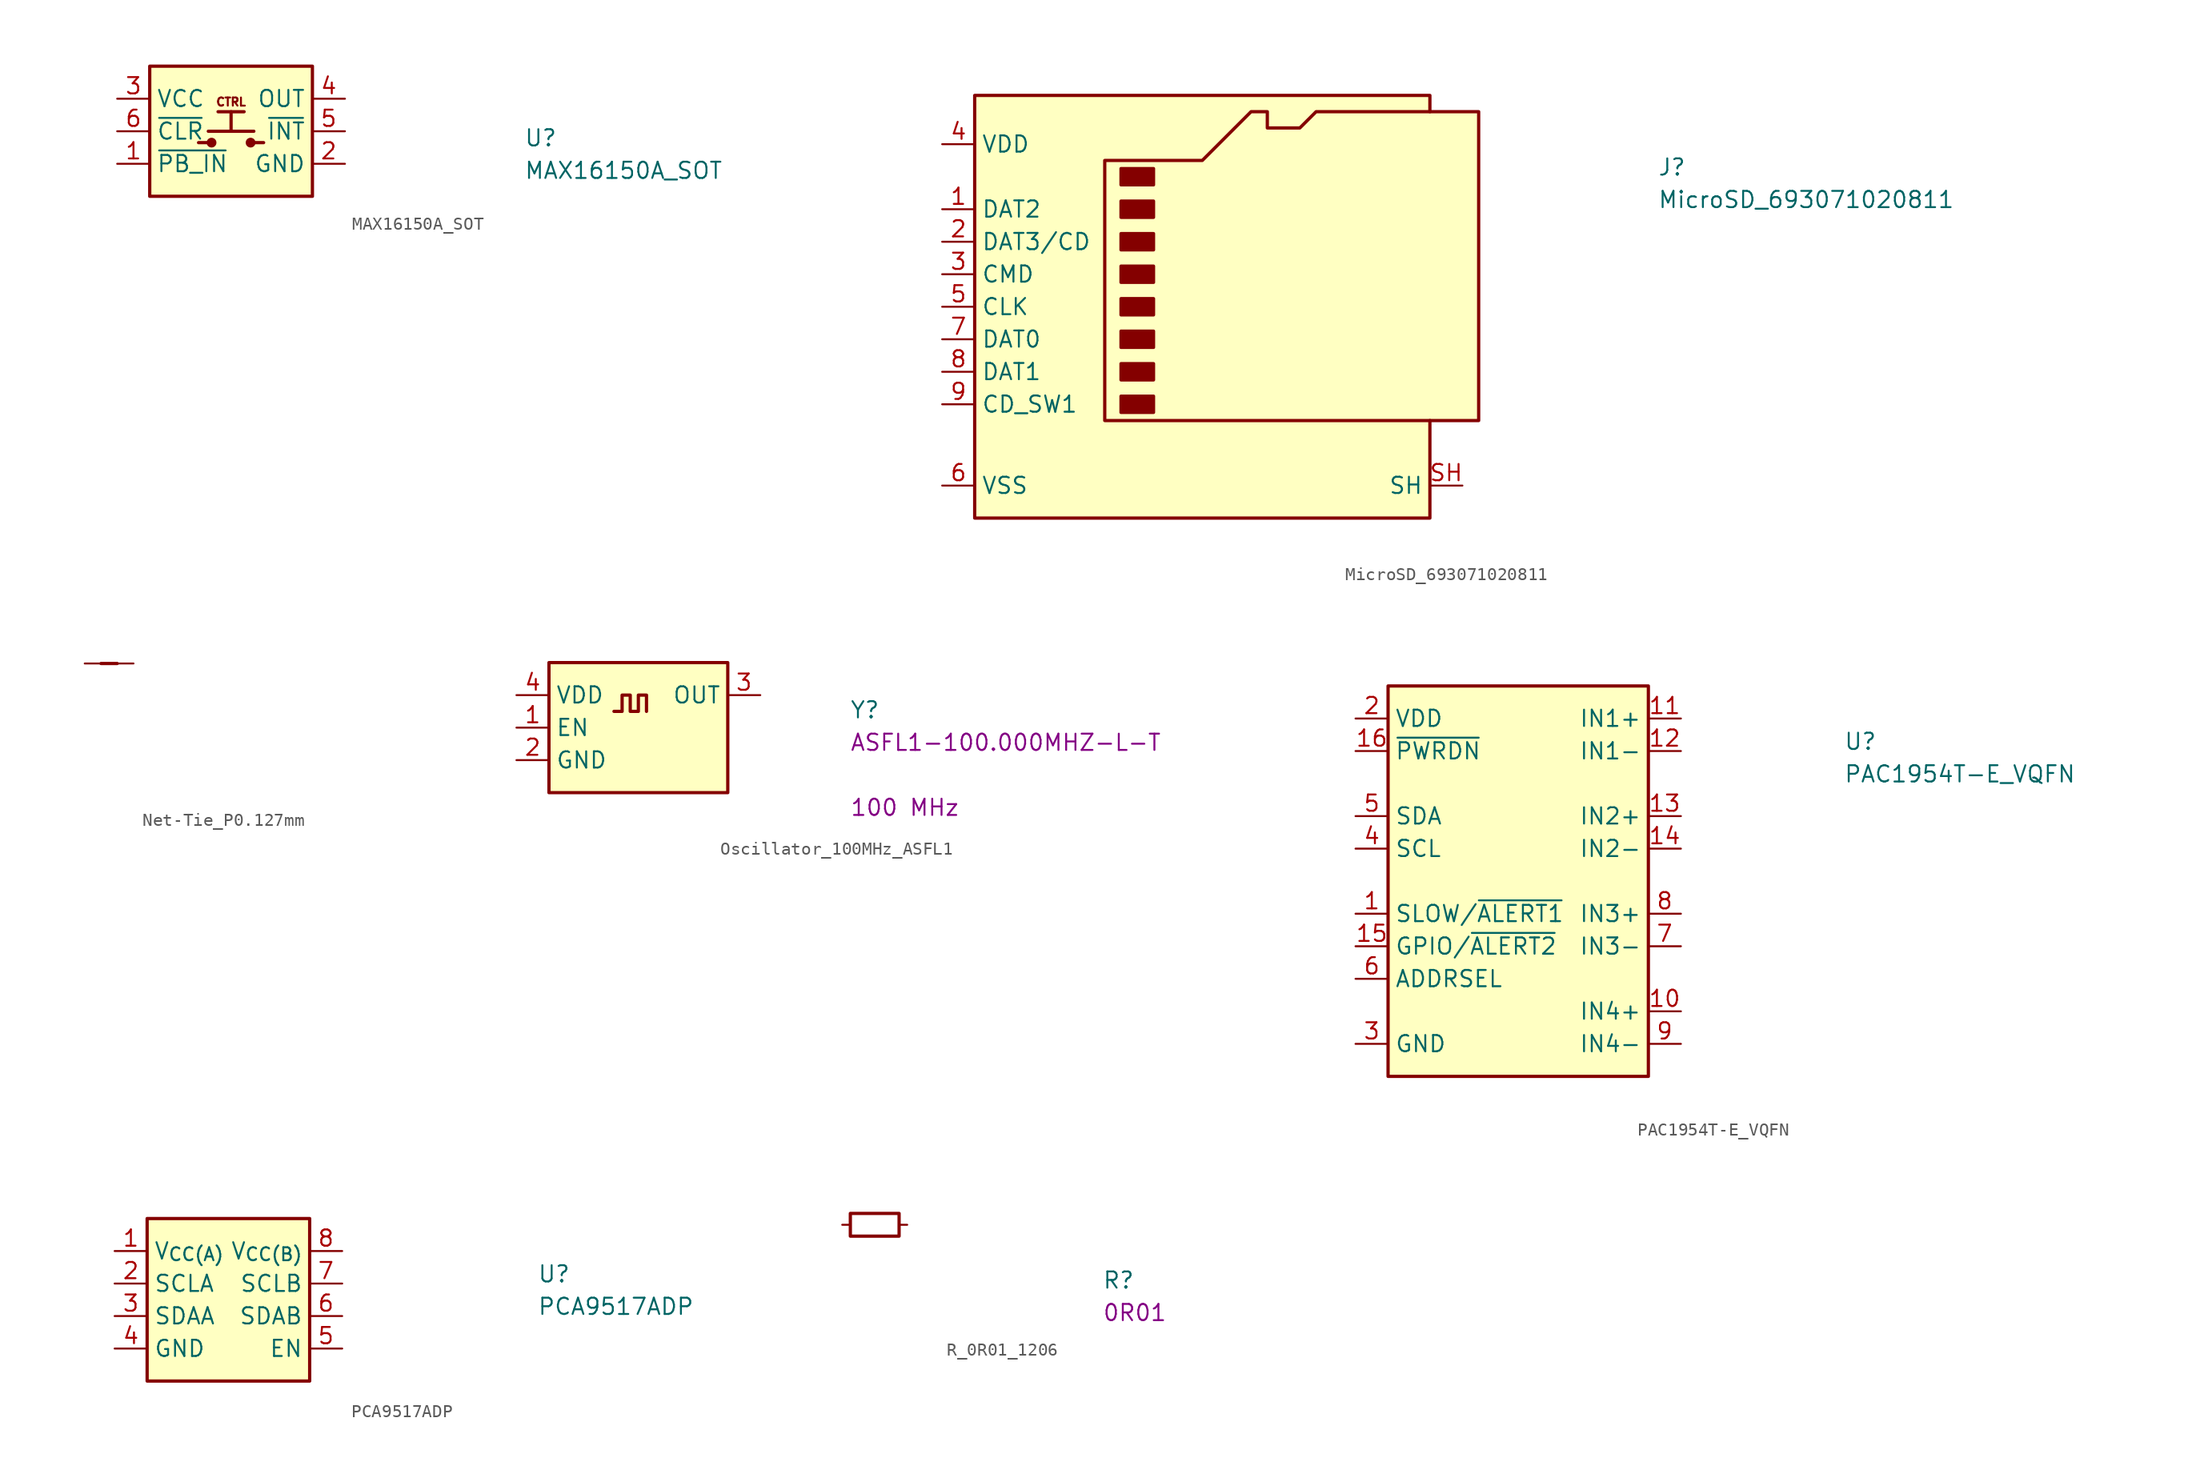
<source format=kicad_sym>
(kicad_symbol_lib
  (version 20220914)
  (generator kicad_symbol_editor)
  (symbol "MAX16150A_SOT"
    (property "Reference" "U"
      (at 31.75 -3.81 0)
      (effects (font (size 1.27 1.27) (thickness 0.15)) (justify left bottom)))
    (property "Value" "MAX16150A_SOT"
      (at 31.75 -6.35 0)
      (effects (font (size 1.27 1.27) (thickness 0.15)) (justify left bottom)))
    (symbol "MAX16150A_SOT_0_0"
      (text "CTRL" (at 8.89 -0.254 0) (effects (font (size 0.635 0.635)))))
    (symbol "MAX16150A_SOT_1_1"
      (polyline (pts (xy 6.35 -3.429) (xy 7.112 -3.429)) (stroke (width 0.254) (type default)) (fill (type background)))
      (polyline (pts (xy 7.112 -2.54) (xy 10.668 -2.54)) (stroke (width 0.254) (type default)) (fill (type background)))
      (polyline (pts (xy 7.874 -1.016) (xy 9.906 -1.016)) (stroke (width 0.254) (type default)) (fill (type background)))
      (polyline (pts (xy 8.89 -2.54) (xy 8.89 -1.016)) (stroke (width 0.254) (type default)) (fill (type background)))
      (polyline (pts (xy 11.43 -3.429) (xy 10.668 -3.429)) (stroke (width 0.254) (type default)) (fill (type background)))
      (rectangle (start 2.54 2.54) (end 15.24 -7.62) (stroke (width 0.254) (type default)) (fill (type background)))
      (circle (center 7.366 -3.429) (radius 0.254) (stroke (width 0.254) (type default)) (fill (type outline)))
      (circle (center 10.414 -3.429) (radius 0.254) (stroke (width 0.254) (type default)) (fill (type outline)))
      (pin input line (at 0 -5.08 0) (length 2.54) (name "~{PB_IN}" (effects (font (size 1.27 1.27)))) (number "1" (effects (font (size 1.27 1.27)))))
      (pin power_in line (at 17.78 -5.08 180) (length 2.54) (name "GND" (effects (font (size 1.27 1.27)))) (number "2" (effects (font (size 1.27 1.27)))))
      (pin power_in line (at 0 0 0) (length 2.54) (name "VCC" (effects (font (size 1.27 1.27)))) (number "3" (effects (font (size 1.27 1.27)))))
      (pin output line (at 17.78 0 180) (length 2.54) (name "OUT" (effects (font (size 1.27 1.27)))) (number "4" (effects (font (size 1.27 1.27)))))
      (pin output line (at 17.78 -2.54 180) (length 2.54) (name "~{INT}" (effects (font (size 1.27 1.27)))) (number "5" (effects (font (size 1.27 1.27)))))
      (pin input line (at 0 -2.54 0) (length 2.54) (name "~{CLR}" (effects (font (size 1.27 1.27)))) (number "6" (effects (font (size 1.27 1.27)))))))
  (symbol "MicroSD_693071020811"
    (property "Reference" "J"
      (at 55.88 -2.54 0)
      (effects (font (size 1.27 1.27) (thickness 0.15)) (justify left bottom)))
    (property "Value" "MicroSD_693071020811"
      (at 55.88 -5.08 0)
      (effects (font (size 1.27 1.27) (thickness 0.15)) (justify left bottom)))
    (symbol "MicroSD_693071020811_1_1"
      (polyline (pts (xy 38.1 2.54) (xy 38.1 3.81) (xy 2.54 3.81) (xy 2.54 -29.21) (xy 38.1 -29.21) (xy 38.1 -21.59)) (stroke (width 0.254) (type default)) (fill (type background)))
      (polyline (pts (xy 12.7 -21.59) (xy 12.7 -1.27) (xy 20.32 -1.27) (xy 24.13 2.54) (xy 25.4 2.54) (xy 25.4 1.27) (xy 27.94 1.27) (xy 29.21 2.54) (xy 41.91 2.54) (xy 41.91 -21.59) (xy 12.7 -21.59)) (stroke (width 0.254) (type default)) (fill (type background)))
      (rectangle (start 13.97 -19.685) (end 16.51 -20.955) (stroke (width 0.254) (type default)) (fill (type outline)))
      (rectangle (start 13.97 -17.145) (end 16.51 -18.415) (stroke (width 0.254) (type default)) (fill (type outline)))
      (rectangle (start 13.97 -14.605) (end 16.51 -15.875) (stroke (width 0.254) (type default)) (fill (type outline)))
      (rectangle (start 13.97 -12.065) (end 16.51 -13.335) (stroke (width 0.254) (type default)) (fill (type outline)))
      (rectangle (start 13.97 -9.525) (end 16.51 -10.795) (stroke (width 0.254) (type default)) (fill (type outline)))
      (rectangle (start 13.97 -6.985) (end 16.51 -8.255) (stroke (width 0.254) (type default)) (fill (type outline)))
      (rectangle (start 13.97 -4.445) (end 16.51 -5.715) (stroke (width 0.254) (type default)) (fill (type outline)))
      (rectangle (start 13.97 -1.905) (end 16.51 -3.175) (stroke (width 0.254) (type default)) (fill (type outline)))
      (pin bidirectional line (at 0 -5.08 0) (length 2.54) (name "DAT2" (effects (font (size 1.27 1.27)))) (number "1" (effects (font (size 1.27 1.27)))))
      (pin bidirectional line (at 0 -7.62 0) (length 2.54) (name "DAT3/CD" (effects (font (size 1.27 1.27)))) (number "2" (effects (font (size 1.27 1.27)))))
      (pin input line (at 0 -10.16 0) (length 2.54) (name "CMD" (effects (font (size 1.27 1.27)))) (number "3" (effects (font (size 1.27 1.27)))))
      (pin power_in line (at 0 0 0) (length 2.54) (name "VDD" (effects (font (size 1.27 1.27)))) (number "4" (effects (font (size 1.27 1.27)))))
      (pin input line (at 0 -12.7 0) (length 2.54) (name "CLK" (effects (font (size 1.27 1.27)))) (number "5" (effects (font (size 1.27 1.27)))))
      (pin passive line (at 0 -26.67 0) (length 2.54) (name "VSS" (effects (font (size 1.27 1.27)))) (number "6" (effects (font (size 1.27 1.27)))))
      (pin input line (at 0 -15.24 0) (length 2.54) (name "DAT0" (effects (font (size 1.27 1.27)))) (number "7" (effects (font (size 1.27 1.27)))))
      (pin input line (at 0 -17.78 0) (length 2.54) (name "DAT1" (effects (font (size 1.27 1.27)))) (number "8" (effects (font (size 1.27 1.27)))))
      (pin passive line (at 0 -20.32 0) (length 2.54) (name "CD_SW1" (effects (font (size 1.27 1.27)))) (number "9" (effects (font (size 1.27 1.27)))))
      (pin passive line (at 40.64 -26.67 180) (length 2.54) (name "SH" (effects (font (size 1.27 1.27)))) (number "SH" (effects (font (size 1.27 1.27)))))))
  (symbol "Net-Tie_P0.127mm"
    (pin_numbers hide)
    (pin_names hide)
    (property "Reference" "TP"
      (at 21.59 -5.08 0)
      (effects (font (size 1.27 1.27) (thickness 0.15)) (justify left bottom) hide))
    (property "MPN" ""
      (at 21.59 -10.16 0)
      (effects (font (size 1.27 1.27) (thickness 0.15)) (justify left bottom)))
    (symbol "Net-Tie_P0.127mm_1_1"
      (polyline (pts (xy 1.27 0) (xy 2.54 0)) (stroke (width 0.254) (type default)) (fill (type none)))
      (pin passive line (at 0 0 0) (length 2.54) (name "1" (effects (font (size 1.27 1.27)))) (number "1" (effects (font (size 1.27 1.27)))))
      (pin passive line (at 3.81 0 180) (length 2.54) (name "2" (effects (font (size 1.27 1.27)))) (number "2" (effects (font (size 1.27 1.27)))))))
  (symbol "Oscillator_100MHz_ASFL1"
    (property "Reference" "Y"
      (at 26.035 -1.905 0)
      (effects (font (size 1.27 1.27) (thickness 0.15)) (justify left bottom)))
    (property "MPN" "ASFL1-100.000MHZ-L-T"
      (at 26.035 -4.445 0)
      (effects (font (size 1.27 1.27) (thickness 0.15)) (justify left bottom)))
    (property "Val" "100 MHz"
      (at 26.035 -9.525 0)
      (effects (font (size 1.27 1.27) (thickness 0.15)) (justify left bottom)))
    (symbol "Oscillator_100MHz_ASFL1_1_1"
      (polyline (pts (xy 7.62 -1.27) (xy 8.255 -1.27) (xy 8.255 0) (xy 8.89 0) (xy 8.89 -1.27) (xy 9.525 -1.27) (xy 9.525 0) (xy 10.16 0) (xy 10.16 -1.27)) (stroke (width 0.254) (type default)) (fill (type background)))
      (rectangle (start 2.54 2.54) (end 16.51 -7.62) (stroke (width 0.254) (type default)) (fill (type background)))
      (pin input line (at 0 -2.54 0) (length 2.54) (name "EN" (effects (font (size 1.27 1.27)))) (number "1" (effects (font (size 1.27 1.27)))))
      (pin power_in line (at 0 -5.08 0) (length 2.54) (name "GND" (effects (font (size 1.27 1.27)))) (number "2" (effects (font (size 1.27 1.27)))))
      (pin output line (at 19.05 0 180) (length 2.54) (name "OUT" (effects (font (size 1.27 1.27)))) (number "3" (effects (font (size 1.27 1.27)))))
      (pin power_in line (at 0 0 0) (length 2.54) (name "VDD" (effects (font (size 1.27 1.27)))) (number "4" (effects (font (size 1.27 1.27)))))))
  (symbol "PAC1954T-E_VQFN"
    (property "Reference" "U"
      (at 38.1 -2.54 0)
      (effects (font (size 1.27 1.27) (thickness 0.15)) (justify left bottom)))
    (property "Value" "PAC1954T-E_VQFN"
      (at 38.1 -5.08 0)
      (effects (font (size 1.27 1.27) (thickness 0.15)) (justify left bottom)))
    (symbol "PAC1954T-E_VQFN_1_1"
      (rectangle (start 2.54 2.54) (end 22.86 -27.94) (stroke (width 0.254) (type default)) (fill (type background)))
      (pin bidirectional line (at 0 -15.24 0) (length 2.54) (name "SLOW/~{ALERT1}" (effects (font (size 1.27 1.27)))) (number "1" (effects (font (size 1.27 1.27)))))
      (pin input line (at 25.4 -22.86 180) (length 2.54) (name "IN4+" (effects (font (size 1.27 1.27)))) (number "10" (effects (font (size 1.27 1.27)))))
      (pin input line (at 25.4 0 180) (length 2.54) (name "IN1+" (effects (font (size 1.27 1.27)))) (number "11" (effects (font (size 1.27 1.27)))))
      (pin input line (at 25.4 -2.54 180) (length 2.54) (name "IN1-" (effects (font (size 1.27 1.27)))) (number "12" (effects (font (size 1.27 1.27)))))
      (pin input line (at 25.4 -7.62 180) (length 2.54) (name "IN2+" (effects (font (size 1.27 1.27)))) (number "13" (effects (font (size 1.27 1.27)))))
      (pin input line (at 25.4 -10.16 180) (length 2.54) (name "IN2-" (effects (font (size 1.27 1.27)))) (number "14" (effects (font (size 1.27 1.27)))))
      (pin bidirectional line (at 0 -17.78 0) (length 2.54) (name "GPIO/~{ALERT2}" (effects (font (size 1.27 1.27)))) (number "15" (effects (font (size 1.27 1.27)))))
      (pin input line (at 0 -2.54 0) (length 2.54) (name "~{PWRDN}" (effects (font (size 1.27 1.27)))) (number "16" (effects (font (size 1.27 1.27)))))
      (pin no_connect line (at 2.54 -22.86 0) (length 2.54) hide (name "EP" (effects (font (size 1.27 1.27)))) (number "17" (effects (font (size 1.27 1.27)))))
      (pin power_in line (at 0 0 0) (length 2.54) (name "VDD" (effects (font (size 1.27 1.27)))) (number "2" (effects (font (size 1.27 1.27)))))
      (pin power_in line (at 0 -25.4 0) (length 2.54) (name "GND" (effects (font (size 1.27 1.27)))) (number "3" (effects (font (size 1.27 1.27)))))
      (pin input line (at 0 -10.16 0) (length 2.54) (name "SCL" (effects (font (size 1.27 1.27)))) (number "4" (effects (font (size 1.27 1.27)))))
      (pin bidirectional line (at 0 -7.62 0) (length 2.54) (name "SDA" (effects (font (size 1.27 1.27)))) (number "5" (effects (font (size 1.27 1.27)))))
      (pin bidirectional line (at 0 -20.32 0) (length 2.54) (name "ADDRSEL" (effects (font (size 1.27 1.27)))) (number "6" (effects (font (size 1.27 1.27)))))
      (pin input line (at 25.4 -17.78 180) (length 2.54) (name "IN3-" (effects (font (size 1.27 1.27)))) (number "7" (effects (font (size 1.27 1.27)))))
      (pin input line (at 25.4 -15.24 180) (length 2.54) (name "IN3+" (effects (font (size 1.27 1.27)))) (number "8" (effects (font (size 1.27 1.27)))))
      (pin input line (at 25.4 -25.4 180) (length 2.54) (name "IN4-" (effects (font (size 1.27 1.27)))) (number "9" (effects (font (size 1.27 1.27)))))))
  (symbol "PCA9517ADP"
    (property "Reference" "U"
      (at 33.02 -2.54 0)
      (effects (font (size 1.27 1.27) (thickness 0.15)) (justify left bottom)))
    (property "Value" "PCA9517ADP"
      (at 33.02 -5.08 0)
      (effects (font (size 1.27 1.27) (thickness 0.15)) (justify left bottom)))
    (symbol "PCA9517ADP_1_1"
      (rectangle (start 15.24 2.54) (end 2.54 -10.16) (stroke (width 0.254) (type default)) (fill (type background)))
      (pin power_in line (at 0 0 0) (length 2.54) (name "V_{CC(A)}" (effects (font (size 1.27 1.27)))) (number "1" (effects (font (size 1.27 1.27)))))
      (pin input line (at 0 -2.54 0) (length 2.54) (name "SCLA" (effects (font (size 1.27 1.27)))) (number "2" (effects (font (size 1.27 1.27)))))
      (pin bidirectional line (at 0 -5.08 0) (length 2.54) (name "SDAA" (effects (font (size 1.27 1.27)))) (number "3" (effects (font (size 1.27 1.27)))))
      (pin power_in line (at 0 -7.62 0) (length 2.54) (name "GND" (effects (font (size 1.27 1.27)))) (number "4" (effects (font (size 1.27 1.27)))))
      (pin input line (at 17.78 -7.62 180) (length 2.54) (name "EN" (effects (font (size 1.27 1.27)))) (number "5" (effects (font (size 1.27 1.27)))))
      (pin bidirectional line (at 17.78 -5.08 180) (length 2.54) (name "SDAB" (effects (font (size 1.27 1.27)))) (number "6" (effects (font (size 1.27 1.27)))))
      (pin input line (at 17.78 -2.54 180) (length 2.54) (name "SCLB" (effects (font (size 1.27 1.27)))) (number "7" (effects (font (size 1.27 1.27)))))
      (pin power_in line (at 17.78 0 180) (length 2.54) (name "V_{CC(B)}" (effects (font (size 1.27 1.27)))) (number "8" (effects (font (size 1.27 1.27)))))))
  (symbol "R_0R01_1206"
    (pin_numbers hide)
    (pin_names hide)
    (property "Reference" "R"
      (at 20.32 -5.08 0)
      (effects (font (size 1.27 1.27) (thickness 0.15)) (justify left bottom)))
    (property "Val" "0R01"
      (at 20.32 -7.62 0)
      (effects (font (size 1.27 1.27) (thickness 0.15)) (justify left bottom)))
    (symbol "R_0R01_1206_0_1"
      (rectangle (start 0.635 0.889) (end 4.445 -0.889) (stroke (width 0.254) (type default)) (fill (type none))))
    (symbol "R_0R01_1206_1_1"
      (pin passive line (at 0 0 0) (length 0.635) (name "~" (effects (font (size 1.27 1.27)))) (number "1" (effects (font (size 1.27 1.27)))))
      (pin passive line (at 5.08 0 180) (length 0.635) (name "~" (effects (font (size 1.27 1.27)))) (number "2" (effects (font (size 1.27 1.27))))))))
</source>
